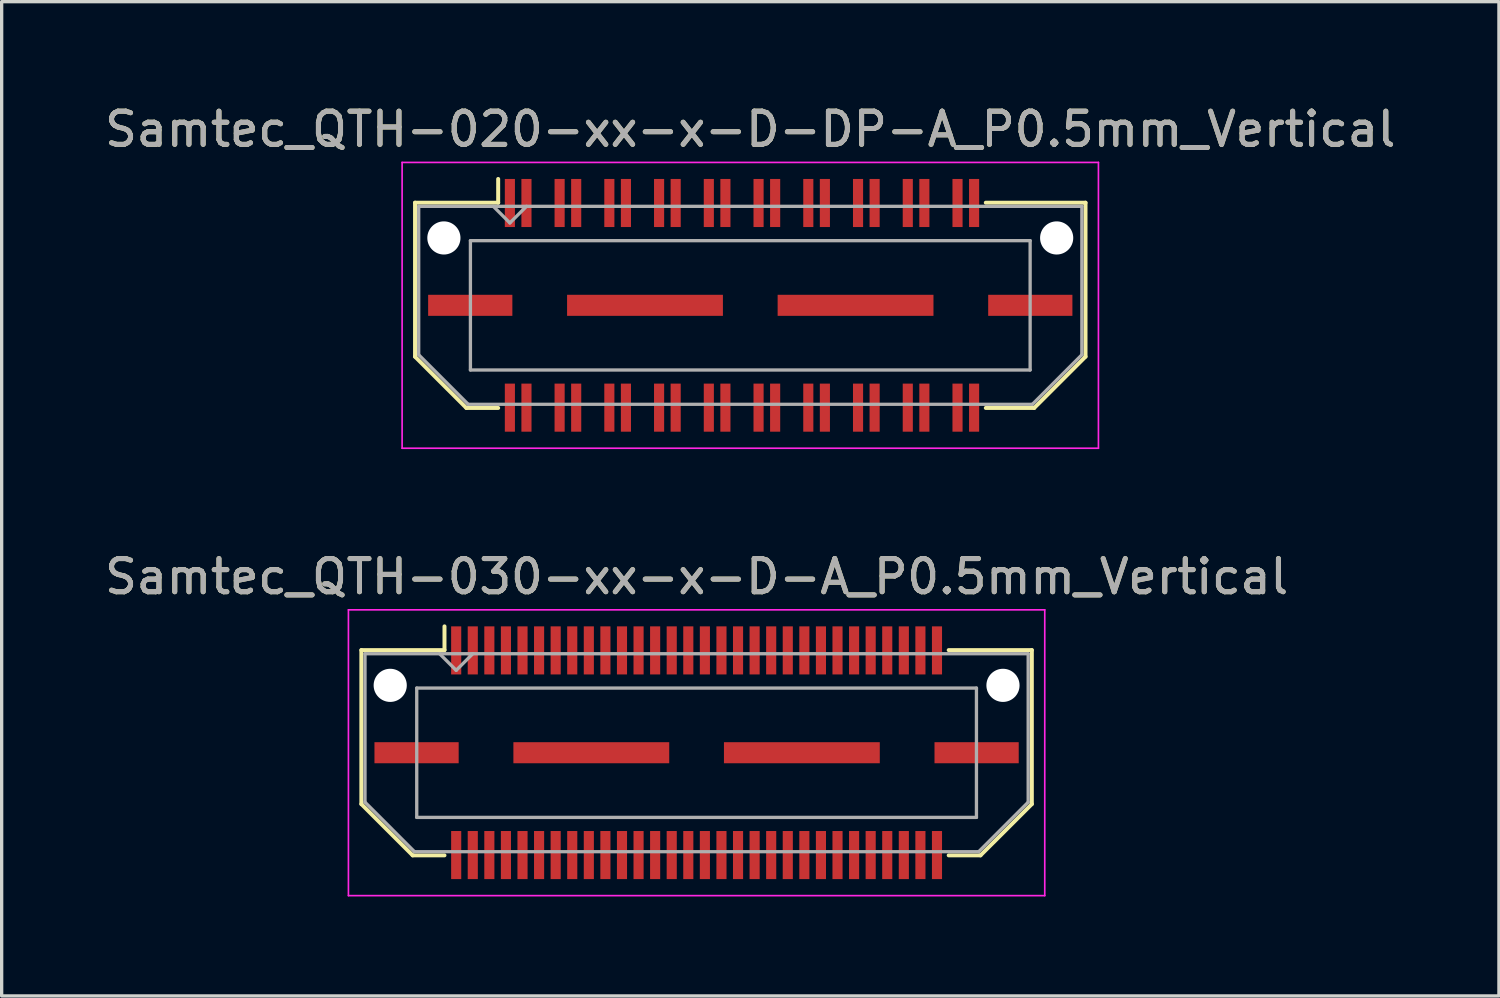
<source format=kicad_pcb>
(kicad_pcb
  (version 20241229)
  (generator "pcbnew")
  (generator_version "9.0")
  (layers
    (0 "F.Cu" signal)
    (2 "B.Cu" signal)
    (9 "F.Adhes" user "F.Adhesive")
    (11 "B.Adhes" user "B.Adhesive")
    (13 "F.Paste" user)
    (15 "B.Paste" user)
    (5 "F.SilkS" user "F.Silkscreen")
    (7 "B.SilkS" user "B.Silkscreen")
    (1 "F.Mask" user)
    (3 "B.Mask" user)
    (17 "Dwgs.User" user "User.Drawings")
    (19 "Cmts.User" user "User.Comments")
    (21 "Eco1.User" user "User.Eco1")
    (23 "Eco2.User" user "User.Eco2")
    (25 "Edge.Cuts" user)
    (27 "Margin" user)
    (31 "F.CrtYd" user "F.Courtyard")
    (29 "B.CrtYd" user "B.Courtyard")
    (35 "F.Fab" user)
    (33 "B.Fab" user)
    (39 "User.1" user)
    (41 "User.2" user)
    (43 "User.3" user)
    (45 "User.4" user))
  (footprint "Samtec_QTH-020-xx-x-D-DP-A_P0.5mm_Vertical"
    (layer "F.Cu")
    (at 19.577 6.158)
    (property "Reference" "Samtec_QTH-020-xx-x-D-DP-A_P0.5mm_Vertical" (at 0 -5.31 0) (layer "F.SilkS") (effects (font (size 1 1) (thickness 0.15))))
    (attr smd)
    (fp_line (start -10.11 -3.095) (end -10.11 1.548) (stroke (width 0.12) (type solid)) (layer "F.SilkS"))
    (fp_line (start -10.11 1.548) (end -8.562 3.095) (stroke (width 0.12) (type solid)) (layer "F.SilkS"))
    (fp_line (start -8.562 3.095) (end -7.603 3.095) (stroke (width 0.12) (type solid)) (layer "F.SilkS"))
    (fp_line (start -7.603 -3.811) (end -7.603 -3.095) (stroke (width 0.12) (type solid)) (layer "F.SilkS"))
    (fp_line (start -7.603 -3.095) (end -10.11 -3.095) (stroke (width 0.12) (type solid)) (layer "F.SilkS"))
    (fp_line (start 7.103 -3.095) (end 10.11 -3.095) (stroke (width 0.12) (type solid)) (layer "F.SilkS"))
    (fp_line (start 8.562 3.095) (end 7.103 3.095) (stroke (width 0.12) (type solid)) (layer "F.SilkS"))
    (fp_line (start 10.11 -3.095) (end 10.11 1.548) (stroke (width 0.12) (type solid)) (layer "F.SilkS"))
    (fp_line (start 10.11 1.548) (end 8.562 3.095) (stroke (width 0.12) (type solid)) (layer "F.SilkS"))
    (fp_line (start -10.5 -4.31) (end -10.5 4.31) (stroke (width 0.05) (type solid)) (layer "F.CrtYd"))
    (fp_line (start -10.5 4.31) (end 10.5 4.31) (stroke (width 0.05) (type solid)) (layer "F.CrtYd"))
    (fp_line (start 10.5 -4.31) (end -10.5 -4.31) (stroke (width 0.05) (type solid)) (layer "F.CrtYd"))
    (fp_line (start 10.5 4.31) (end 10.5 -4.31) (stroke (width 0.05) (type solid)) (layer "F.CrtYd"))
    (fp_line (start -10 -2.985) (end -10 1.492) (stroke (width 0.1) (type solid)) (layer "F.Fab"))
    (fp_line (start -10 -2.985) (end 10 -2.985) (stroke (width 0.1) (type solid)) (layer "F.Fab"))
    (fp_line (start -10 1.492) (end -8.508 2.985) (stroke (width 0.1) (type solid)) (layer "F.Fab"))
    (fp_line (start -8.508 2.985) (end 8.508 2.985) (stroke (width 0.1) (type solid)) (layer "F.Fab"))
    (fp_line (start -8.44 -1.95) (end -8.44 1.95) (stroke (width 0.1) (type solid)) (layer "F.Fab"))
    (fp_line (start -8.44 1.95) (end 8.44 1.95) (stroke (width 0.1) (type solid)) (layer "F.Fab"))
    (fp_line (start -7.25 -2.485) (end -7.75 -2.985) (stroke (width 0.1) (type solid)) (layer "F.Fab"))
    (fp_line (start -6.75 -2.985) (end -7.25 -2.485) (stroke (width 0.1) (type solid)) (layer "F.Fab"))
    (fp_line (start 8.44 -1.95) (end -8.44 -1.95) (stroke (width 0.1) (type solid)) (layer "F.Fab"))
    (fp_line (start 8.44 1.95) (end 8.44 -1.95) (stroke (width 0.1) (type solid)) (layer "F.Fab"))
    (fp_line (start 10 -2.985) (end 10 1.492) (stroke (width 0.1) (type solid)) (layer "F.Fab"))
    (fp_line (start 10 1.492) (end 8.508 2.985) (stroke (width 0.1) (type solid)) (layer "F.Fab"))
    (fp_text user "${REFERENCE}" (at 0 -5.31 0) (layer "F.Fab") (effects (font (size 1 1) (thickness 0.15))))
    (pad "" np_thru_hole circle (at -9.24 -2.032) (size 1 1) (drill 1) (layers "*.Cu" "*.Mask"))
    (pad "" np_thru_hole circle (at 9.24 -2.032) (size 1 1) (drill 1) (layers "*.Cu" "*.Mask"))
    (pad "1" smd rect (at -7.25 -3.086) (size 0.305 1.45) (layers "F.Cu" "F.Mask" "F.Paste"))
    (pad "2" smd rect (at -7.25 3.086) (size 0.305 1.45) (layers "F.Cu" "F.Mask" "F.Paste"))
    (pad "3" smd rect (at -6.75 -3.086) (size 0.305 1.45) (layers "F.Cu" "F.Mask" "F.Paste"))
    (pad "4" smd rect (at -6.75 3.086) (size 0.305 1.45) (layers "F.Cu" "F.Mask" "F.Paste"))
    (pad "5" smd rect (at -5.75 -3.086) (size 0.305 1.45) (layers "F.Cu" "F.Mask" "F.Paste"))
    (pad "6" smd rect (at -5.75 3.086) (size 0.305 1.45) (layers "F.Cu" "F.Mask" "F.Paste"))
    (pad "7" smd rect (at -5.25 -3.086) (size 0.305 1.45) (layers "F.Cu" "F.Mask" "F.Paste"))
    (pad "8" smd rect (at -5.25 3.086) (size 0.305 1.45) (layers "F.Cu" "F.Mask" "F.Paste"))
    (pad "9" smd rect (at -4.25 -3.086) (size 0.305 1.45) (layers "F.Cu" "F.Mask" "F.Paste"))
    (pad "10" smd rect (at -4.25 3.086) (size 0.305 1.45) (layers "F.Cu" "F.Mask" "F.Paste"))
    (pad "11" smd rect (at -3.75 -3.086) (size 0.305 1.45) (layers "F.Cu" "F.Mask" "F.Paste"))
    (pad "12" smd rect (at -3.75 3.086) (size 0.305 1.45) (layers "F.Cu" "F.Mask" "F.Paste"))
    (pad "13" smd rect (at -2.75 -3.086) (size 0.305 1.45) (layers "F.Cu" "F.Mask" "F.Paste"))
    (pad "14" smd rect (at -2.75 3.086) (size 0.305 1.45) (layers "F.Cu" "F.Mask" "F.Paste"))
    (pad "15" smd rect (at -2.25 -3.086) (size 0.305 1.45) (layers "F.Cu" "F.Mask" "F.Paste"))
    (pad "16" smd rect (at -2.25 3.086) (size 0.305 1.45) (layers "F.Cu" "F.Mask" "F.Paste"))
    (pad "17" smd rect (at -1.25 -3.086) (size 0.305 1.45) (layers "F.Cu" "F.Mask" "F.Paste"))
    (pad "18" smd rect (at -1.25 3.086) (size 0.305 1.45) (layers "F.Cu" "F.Mask" "F.Paste"))
    (pad "19" smd rect (at -0.75 -3.086) (size 0.305 1.45) (layers "F.Cu" "F.Mask" "F.Paste"))
    (pad "20" smd rect (at -0.75 3.086) (size 0.305 1.45) (layers "F.Cu" "F.Mask" "F.Paste"))
    (pad "21" smd rect (at 0.25 -3.086) (size 0.305 1.45) (layers "F.Cu" "F.Mask" "F.Paste"))
    (pad "22" smd rect (at 0.25 3.086) (size 0.305 1.45) (layers "F.Cu" "F.Mask" "F.Paste"))
    (pad "23" smd rect (at 0.75 -3.086) (size 0.305 1.45) (layers "F.Cu" "F.Mask" "F.Paste"))
    (pad "24" smd rect (at 0.75 3.086) (size 0.305 1.45) (layers "F.Cu" "F.Mask" "F.Paste"))
    (pad "25" smd rect (at 1.75 -3.086) (size 0.305 1.45) (layers "F.Cu" "F.Mask" "F.Paste"))
    (pad "26" smd rect (at 1.75 3.086) (size 0.305 1.45) (layers "F.Cu" "F.Mask" "F.Paste"))
    (pad "27" smd rect (at 2.25 -3.086) (size 0.305 1.45) (layers "F.Cu" "F.Mask" "F.Paste"))
    (pad "28" smd rect (at 2.25 3.086) (size 0.305 1.45) (layers "F.Cu" "F.Mask" "F.Paste"))
    (pad "29" smd rect (at 3.25 -3.086) (size 0.305 1.45) (layers "F.Cu" "F.Mask" "F.Paste"))
    (pad "30" smd rect (at 3.25 3.086) (size 0.305 1.45) (layers "F.Cu" "F.Mask" "F.Paste"))
    (pad "31" smd rect (at 3.75 -3.086) (size 0.305 1.45) (layers "F.Cu" "F.Mask" "F.Paste"))
    (pad "32" smd rect (at 3.75 3.086) (size 0.305 1.45) (layers "F.Cu" "F.Mask" "F.Paste"))
    (pad "33" smd rect (at 4.75 -3.086) (size 0.305 1.45) (layers "F.Cu" "F.Mask" "F.Paste"))
    (pad "34" smd rect (at 4.75 3.086) (size 0.305 1.45) (layers "F.Cu" "F.Mask" "F.Paste"))
    (pad "35" smd rect (at 5.25 -3.086) (size 0.305 1.45) (layers "F.Cu" "F.Mask" "F.Paste"))
    (pad "36" smd rect (at 5.25 3.086) (size 0.305 1.45) (layers "F.Cu" "F.Mask" "F.Paste"))
    (pad "37" smd rect (at 6.25 -3.086) (size 0.305 1.45) (layers "F.Cu" "F.Mask" "F.Paste"))
    (pad "38" smd rect (at 6.25 3.086) (size 0.305 1.45) (layers "F.Cu" "F.Mask" "F.Paste"))
    (pad "39" smd rect (at 6.75 -3.086) (size 0.305 1.45) (layers "F.Cu" "F.Mask" "F.Paste"))
    (pad "40" smd rect (at 6.75 3.086) (size 0.305 1.45) (layers "F.Cu" "F.Mask" "F.Paste"))
    (pad "P1" smd rect (at -8.445 0) (size 2.54 0.635) (layers "F.Cu" "F.Mask" "F.Paste"))
    (pad "P1" smd rect (at -3.175 0) (size 4.7 0.635) (layers "F.Cu" "F.Mask" "F.Paste"))
    (pad "P1" smd rect (at 3.175 0) (size 4.7 0.635) (layers "F.Cu" "F.Mask" "F.Paste"))
    (pad "P1" smd rect (at 8.445 0) (size 2.54 0.635) (layers "F.Cu" "F.Mask" "F.Paste")))
  (footprint "Samtec_QTH-030-xx-x-D-A_P0.5mm_Vertical"
    (layer "F.Cu")
    (at 17.958 19.651)
    (property "Reference" "Samtec_QTH-030-xx-x-D-A_P0.5mm_Vertical" (at 0 -5.31 0) (layer "F.SilkS") (effects (font (size 1 1) (thickness 0.15))))
    (attr smd)
    (fp_line (start -10.11 -3.095) (end -10.11 1.548) (stroke (width 0.12) (type solid)) (layer "F.SilkS"))
    (fp_line (start -10.11 1.548) (end -8.562 3.095) (stroke (width 0.12) (type solid)) (layer "F.SilkS"))
    (fp_line (start -8.562 3.095) (end -7.603 3.095) (stroke (width 0.12) (type solid)) (layer "F.SilkS"))
    (fp_line (start -7.603 -3.811) (end -7.603 -3.095) (stroke (width 0.12) (type solid)) (layer "F.SilkS"))
    (fp_line (start -7.603 -3.095) (end -10.11 -3.095) (stroke (width 0.12) (type solid)) (layer "F.SilkS"))
    (fp_line (start 7.603 -3.095) (end 10.11 -3.095) (stroke (width 0.12) (type solid)) (layer "F.SilkS"))
    (fp_line (start 8.562 3.095) (end 7.603 3.095) (stroke (width 0.12) (type solid)) (layer "F.SilkS"))
    (fp_line (start 10.11 -3.095) (end 10.11 1.548) (stroke (width 0.12) (type solid)) (layer "F.SilkS"))
    (fp_line (start 10.11 1.548) (end 8.562 3.095) (stroke (width 0.12) (type solid)) (layer "F.SilkS"))
    (fp_line (start -10.5 -4.31) (end -10.5 4.31) (stroke (width 0.05) (type solid)) (layer "F.CrtYd"))
    (fp_line (start -10.5 4.31) (end 10.5 4.31) (stroke (width 0.05) (type solid)) (layer "F.CrtYd"))
    (fp_line (start 10.5 -4.31) (end -10.5 -4.31) (stroke (width 0.05) (type solid)) (layer "F.CrtYd"))
    (fp_line (start 10.5 4.31) (end 10.5 -4.31) (stroke (width 0.05) (type solid)) (layer "F.CrtYd"))
    (fp_line (start -10 -2.985) (end -10 1.492) (stroke (width 0.1) (type solid)) (layer "F.Fab"))
    (fp_line (start -10 -2.985) (end 10 -2.985) (stroke (width 0.1) (type solid)) (layer "F.Fab"))
    (fp_line (start -10 1.492) (end -8.508 2.985) (stroke (width 0.1) (type solid)) (layer "F.Fab"))
    (fp_line (start -8.508 2.985) (end 8.508 2.985) (stroke (width 0.1) (type solid)) (layer "F.Fab"))
    (fp_line (start -8.44 -1.95) (end -8.44 1.95) (stroke (width 0.1) (type solid)) (layer "F.Fab"))
    (fp_line (start -8.44 1.95) (end 8.44 1.95) (stroke (width 0.1) (type solid)) (layer "F.Fab"))
    (fp_line (start -7.25 -2.485) (end -7.75 -2.985) (stroke (width 0.1) (type solid)) (layer "F.Fab"))
    (fp_line (start -6.75 -2.985) (end -7.25 -2.485) (stroke (width 0.1) (type solid)) (layer "F.Fab"))
    (fp_line (start 8.44 -1.95) (end -8.44 -1.95) (stroke (width 0.1) (type solid)) (layer "F.Fab"))
    (fp_line (start 8.44 1.95) (end 8.44 -1.95) (stroke (width 0.1) (type solid)) (layer "F.Fab"))
    (fp_line (start 10 -2.985) (end 10 1.492) (stroke (width 0.1) (type solid)) (layer "F.Fab"))
    (fp_line (start 10 1.492) (end 8.508 2.985) (stroke (width 0.1) (type solid)) (layer "F.Fab"))
    (fp_text user "${REFERENCE}" (at 0 -5.31 0) (layer "F.Fab") (effects (font (size 1 1) (thickness 0.15))))
    (pad "" np_thru_hole circle (at -9.24 -2.032) (size 1 1) (drill 1) (layers "*.Cu" "*.Mask"))
    (pad "" np_thru_hole circle (at 9.24 -2.032) (size 1 1) (drill 1) (layers "*.Cu" "*.Mask"))
    (pad "1" smd rect (at -7.25 -3.086) (size 0.305 1.45) (layers "F.Cu" "F.Mask" "F.Paste"))
    (pad "2" smd rect (at -7.25 3.086) (size 0.305 1.45) (layers "F.Cu" "F.Mask" "F.Paste"))
    (pad "3" smd rect (at -6.75 -3.086) (size 0.305 1.45) (layers "F.Cu" "F.Mask" "F.Paste"))
    (pad "4" smd rect (at -6.75 3.086) (size 0.305 1.45) (layers "F.Cu" "F.Mask" "F.Paste"))
    (pad "5" smd rect (at -6.25 -3.086) (size 0.305 1.45) (layers "F.Cu" "F.Mask" "F.Paste"))
    (pad "6" smd rect (at -6.25 3.086) (size 0.305 1.45) (layers "F.Cu" "F.Mask" "F.Paste"))
    (pad "7" smd rect (at -5.75 -3.086) (size 0.305 1.45) (layers "F.Cu" "F.Mask" "F.Paste"))
    (pad "8" smd rect (at -5.75 3.086) (size 0.305 1.45) (layers "F.Cu" "F.Mask" "F.Paste"))
    (pad "9" smd rect (at -5.25 -3.086) (size 0.305 1.45) (layers "F.Cu" "F.Mask" "F.Paste"))
    (pad "10" smd rect (at -5.25 3.086) (size 0.305 1.45) (layers "F.Cu" "F.Mask" "F.Paste"))
    (pad "11" smd rect (at -4.75 -3.086) (size 0.305 1.45) (layers "F.Cu" "F.Mask" "F.Paste"))
    (pad "12" smd rect (at -4.75 3.086) (size 0.305 1.45) (layers "F.Cu" "F.Mask" "F.Paste"))
    (pad "13" smd rect (at -4.25 -3.086) (size 0.305 1.45) (layers "F.Cu" "F.Mask" "F.Paste"))
    (pad "14" smd rect (at -4.25 3.086) (size 0.305 1.45) (layers "F.Cu" "F.Mask" "F.Paste"))
    (pad "15" smd rect (at -3.75 -3.086) (size 0.305 1.45) (layers "F.Cu" "F.Mask" "F.Paste"))
    (pad "16" smd rect (at -3.75 3.086) (size 0.305 1.45) (layers "F.Cu" "F.Mask" "F.Paste"))
    (pad "17" smd rect (at -3.25 -3.086) (size 0.305 1.45) (layers "F.Cu" "F.Mask" "F.Paste"))
    (pad "18" smd rect (at -3.25 3.086) (size 0.305 1.45) (layers "F.Cu" "F.Mask" "F.Paste"))
    (pad "19" smd rect (at -2.75 -3.086) (size 0.305 1.45) (layers "F.Cu" "F.Mask" "F.Paste"))
    (pad "20" smd rect (at -2.75 3.086) (size 0.305 1.45) (layers "F.Cu" "F.Mask" "F.Paste"))
    (pad "21" smd rect (at -2.25 -3.086) (size 0.305 1.45) (layers "F.Cu" "F.Mask" "F.Paste"))
    (pad "22" smd rect (at -2.25 3.086) (size 0.305 1.45) (layers "F.Cu" "F.Mask" "F.Paste"))
    (pad "23" smd rect (at -1.75 -3.086) (size 0.305 1.45) (layers "F.Cu" "F.Mask" "F.Paste"))
    (pad "24" smd rect (at -1.75 3.086) (size 0.305 1.45) (layers "F.Cu" "F.Mask" "F.Paste"))
    (pad "25" smd rect (at -1.25 -3.086) (size 0.305 1.45) (layers "F.Cu" "F.Mask" "F.Paste"))
    (pad "26" smd rect (at -1.25 3.086) (size 0.305 1.45) (layers "F.Cu" "F.Mask" "F.Paste"))
    (pad "27" smd rect (at -0.75 -3.086) (size 0.305 1.45) (layers "F.Cu" "F.Mask" "F.Paste"))
    (pad "28" smd rect (at -0.75 3.086) (size 0.305 1.45) (layers "F.Cu" "F.Mask" "F.Paste"))
    (pad "29" smd rect (at -0.25 -3.086) (size 0.305 1.45) (layers "F.Cu" "F.Mask" "F.Paste"))
    (pad "30" smd rect (at -0.25 3.086) (size 0.305 1.45) (layers "F.Cu" "F.Mask" "F.Paste"))
    (pad "31" smd rect (at 0.25 -3.086) (size 0.305 1.45) (layers "F.Cu" "F.Mask" "F.Paste"))
    (pad "32" smd rect (at 0.25 3.086) (size 0.305 1.45) (layers "F.Cu" "F.Mask" "F.Paste"))
    (pad "33" smd rect (at 0.75 -3.086) (size 0.305 1.45) (layers "F.Cu" "F.Mask" "F.Paste"))
    (pad "34" smd rect (at 0.75 3.086) (size 0.305 1.45) (layers "F.Cu" "F.Mask" "F.Paste"))
    (pad "35" smd rect (at 1.25 -3.086) (size 0.305 1.45) (layers "F.Cu" "F.Mask" "F.Paste"))
    (pad "36" smd rect (at 1.25 3.086) (size 0.305 1.45) (layers "F.Cu" "F.Mask" "F.Paste"))
    (pad "37" smd rect (at 1.75 -3.086) (size 0.305 1.45) (layers "F.Cu" "F.Mask" "F.Paste"))
    (pad "38" smd rect (at 1.75 3.086) (size 0.305 1.45) (layers "F.Cu" "F.Mask" "F.Paste"))
    (pad "39" smd rect (at 2.25 -3.086) (size 0.305 1.45) (layers "F.Cu" "F.Mask" "F.Paste"))
    (pad "40" smd rect (at 2.25 3.086) (size 0.305 1.45) (layers "F.Cu" "F.Mask" "F.Paste"))
    (pad "41" smd rect (at 2.75 -3.086) (size 0.305 1.45) (layers "F.Cu" "F.Mask" "F.Paste"))
    (pad "42" smd rect (at 2.75 3.086) (size 0.305 1.45) (layers "F.Cu" "F.Mask" "F.Paste"))
    (pad "43" smd rect (at 3.25 -3.086) (size 0.305 1.45) (layers "F.Cu" "F.Mask" "F.Paste"))
    (pad "44" smd rect (at 3.25 3.086) (size 0.305 1.45) (layers "F.Cu" "F.Mask" "F.Paste"))
    (pad "45" smd rect (at 3.75 -3.086) (size 0.305 1.45) (layers "F.Cu" "F.Mask" "F.Paste"))
    (pad "46" smd rect (at 3.75 3.086) (size 0.305 1.45) (layers "F.Cu" "F.Mask" "F.Paste"))
    (pad "47" smd rect (at 4.25 -3.086) (size 0.305 1.45) (layers "F.Cu" "F.Mask" "F.Paste"))
    (pad "48" smd rect (at 4.25 3.086) (size 0.305 1.45) (layers "F.Cu" "F.Mask" "F.Paste"))
    (pad "49" smd rect (at 4.75 -3.086) (size 0.305 1.45) (layers "F.Cu" "F.Mask" "F.Paste"))
    (pad "50" smd rect (at 4.75 3.086) (size 0.305 1.45) (layers "F.Cu" "F.Mask" "F.Paste"))
    (pad "51" smd rect (at 5.25 -3.086) (size 0.305 1.45) (layers "F.Cu" "F.Mask" "F.Paste"))
    (pad "52" smd rect (at 5.25 3.086) (size 0.305 1.45) (layers "F.Cu" "F.Mask" "F.Paste"))
    (pad "53" smd rect (at 5.75 -3.086) (size 0.305 1.45) (layers "F.Cu" "F.Mask" "F.Paste"))
    (pad "54" smd rect (at 5.75 3.086) (size 0.305 1.45) (layers "F.Cu" "F.Mask" "F.Paste"))
    (pad "55" smd rect (at 6.25 -3.086) (size 0.305 1.45) (layers "F.Cu" "F.Mask" "F.Paste"))
    (pad "56" smd rect (at 6.25 3.086) (size 0.305 1.45) (layers "F.Cu" "F.Mask" "F.Paste"))
    (pad "57" smd rect (at 6.75 -3.086) (size 0.305 1.45) (layers "F.Cu" "F.Mask" "F.Paste"))
    (pad "58" smd rect (at 6.75 3.086) (size 0.305 1.45) (layers "F.Cu" "F.Mask" "F.Paste"))
    (pad "59" smd rect (at 7.25 -3.086) (size 0.305 1.45) (layers "F.Cu" "F.Mask" "F.Paste"))
    (pad "60" smd rect (at 7.25 3.086) (size 0.305 1.45) (layers "F.Cu" "F.Mask" "F.Paste"))
    (pad "P1" smd rect (at -8.445 0) (size 2.54 0.635) (layers "F.Cu" "F.Mask" "F.Paste"))
    (pad "P1" smd rect (at -3.175 0) (size 4.7 0.635) (layers "F.Cu" "F.Mask" "F.Paste"))
    (pad "P1" smd rect (at 3.175 0) (size 4.7 0.635) (layers "F.Cu" "F.Mask" "F.Paste"))
    (pad "P1" smd rect (at 8.445 0) (size 2.54 0.635) (layers "F.Cu" "F.Mask" "F.Paste")))
  (gr_rect
    (start -3 -3)
    (end 42.155 26.986)
    (stroke (width 0.1) (type default))
    (fill no)
    (layer "Edge.Cuts")))
</source>
